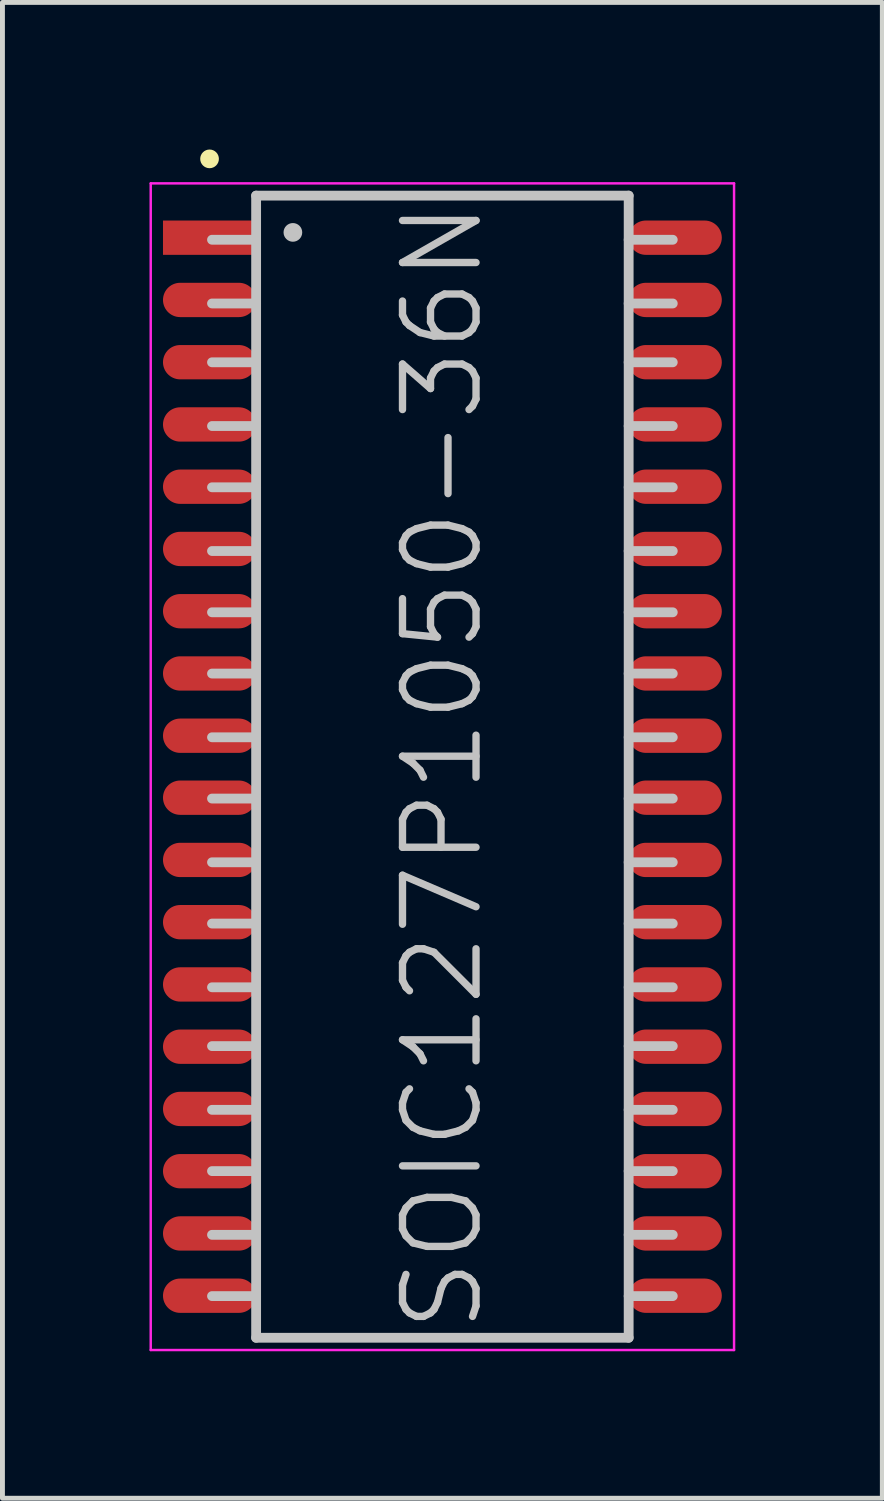
<source format=kicad_pcb>
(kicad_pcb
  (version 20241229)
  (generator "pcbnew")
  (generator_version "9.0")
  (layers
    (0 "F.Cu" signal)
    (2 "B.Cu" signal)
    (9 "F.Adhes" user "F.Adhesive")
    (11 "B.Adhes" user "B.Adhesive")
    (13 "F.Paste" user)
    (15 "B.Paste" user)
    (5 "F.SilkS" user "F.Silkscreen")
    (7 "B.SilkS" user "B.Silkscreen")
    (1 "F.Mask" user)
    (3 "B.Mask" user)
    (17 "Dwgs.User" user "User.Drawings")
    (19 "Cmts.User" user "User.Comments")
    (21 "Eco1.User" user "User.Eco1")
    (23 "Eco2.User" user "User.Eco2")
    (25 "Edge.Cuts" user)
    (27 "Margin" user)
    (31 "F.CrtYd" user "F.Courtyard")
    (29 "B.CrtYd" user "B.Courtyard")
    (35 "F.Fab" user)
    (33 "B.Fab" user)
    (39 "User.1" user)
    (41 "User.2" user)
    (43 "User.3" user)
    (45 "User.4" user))
  (footprint "SOIC127P1050-36N"
    (layer "F.Cu")
    (at 5.975 12.591)
    (property "Reference" "SOIC127P1050-36N" (at 0 0 90) (layer "Dwgs.User") (effects (font (size 1.5 1.5) (thickness 0.15))))
    (attr smd)
    (fp_line (start -4.75 -12.4) (end -4.75 -12.4) (stroke (width 0.381) (type solid)) (layer "F.SilkS"))
    (fp_line (start -3.8 -11.65) (end -3.8 11.65) (stroke (width 0.2) (type solid)) (layer "Dwgs.User"))
    (fp_line (start -3.8 -11.65) (end 3.8 -11.65) (stroke (width 0.2) (type solid)) (layer "Dwgs.User"))
    (fp_line (start -3.8 -10.75) (end -4.7 -10.75) (stroke (width 0.2) (type solid)) (layer "Dwgs.User"))
    (fp_line (start -3.8 -9.45) (end -4.7 -9.45) (stroke (width 0.2) (type solid)) (layer "Dwgs.User"))
    (fp_line (start -3.8 -8.25) (end -4.7 -8.25) (stroke (width 0.2) (type solid)) (layer "Dwgs.User"))
    (fp_line (start -3.8 -6.95) (end -4.7 -6.95) (stroke (width 0.2) (type solid)) (layer "Dwgs.User"))
    (fp_line (start -3.8 -5.7) (end -4.7 -5.7) (stroke (width 0.2) (type solid)) (layer "Dwgs.User"))
    (fp_line (start -3.8 -4.4) (end -4.7 -4.4) (stroke (width 0.2) (type solid)) (layer "Dwgs.User"))
    (fp_line (start -3.8 -3.15) (end -4.7 -3.15) (stroke (width 0.2) (type solid)) (layer "Dwgs.User"))
    (fp_line (start -3.8 -1.9) (end -4.7 -1.9) (stroke (width 0.2) (type solid)) (layer "Dwgs.User"))
    (fp_line (start -3.8 -0.6) (end -4.7 -0.6) (stroke (width 0.2) (type solid)) (layer "Dwgs.User"))
    (fp_line (start -3.8 0.65) (end -4.7 0.65) (stroke (width 0.2) (type solid)) (layer "Dwgs.User"))
    (fp_line (start -3.8 1.95) (end -4.7 1.95) (stroke (width 0.2) (type solid)) (layer "Dwgs.User"))
    (fp_line (start -3.8 3.2) (end -4.7 3.2) (stroke (width 0.2) (type solid)) (layer "Dwgs.User"))
    (fp_line (start -3.8 4.5) (end -4.7 4.5) (stroke (width 0.2) (type solid)) (layer "Dwgs.User"))
    (fp_line (start -3.8 5.7) (end -4.7 5.7) (stroke (width 0.2) (type solid)) (layer "Dwgs.User"))
    (fp_line (start -3.8 7) (end -4.7 7) (stroke (width 0.2) (type solid)) (layer "Dwgs.User"))
    (fp_line (start -3.8 8.25) (end -4.7 8.25) (stroke (width 0.2) (type solid)) (layer "Dwgs.User"))
    (fp_line (start -3.8 9.55) (end -4.7 9.55) (stroke (width 0.2) (type solid)) (layer "Dwgs.User"))
    (fp_line (start -3.8 10.8) (end -4.7 10.8) (stroke (width 0.2) (type solid)) (layer "Dwgs.User"))
    (fp_line (start -3.8 11.65) (end 3.8 11.65) (stroke (width 0.2) (type solid)) (layer "Dwgs.User"))
    (fp_line (start -3.05 -10.9) (end -3.05 -10.9) (stroke (width 0.381) (type solid)) (layer "Dwgs.User"))
    (fp_line (start 3.8 -11.65) (end 3.8 11.65) (stroke (width 0.2) (type solid)) (layer "Dwgs.User"))
    (fp_line (start 4.7 -10.75) (end 3.8 -10.75) (stroke (width 0.2) (type solid)) (layer "Dwgs.User"))
    (fp_line (start 4.7 -9.45) (end 3.8 -9.45) (stroke (width 0.2) (type solid)) (layer "Dwgs.User"))
    (fp_line (start 4.7 -8.25) (end 3.8 -8.25) (stroke (width 0.2) (type solid)) (layer "Dwgs.User"))
    (fp_line (start 4.7 -6.95) (end 3.8 -6.95) (stroke (width 0.2) (type solid)) (layer "Dwgs.User"))
    (fp_line (start 4.7 -5.7) (end 3.8 -5.7) (stroke (width 0.2) (type solid)) (layer "Dwgs.User"))
    (fp_line (start 4.7 -4.4) (end 3.8 -4.4) (stroke (width 0.2) (type solid)) (layer "Dwgs.User"))
    (fp_line (start 4.7 -3.15) (end 3.8 -3.15) (stroke (width 0.2) (type solid)) (layer "Dwgs.User"))
    (fp_line (start 4.7 -1.9) (end 3.8 -1.9) (stroke (width 0.2) (type solid)) (layer "Dwgs.User"))
    (fp_line (start 4.7 -0.6) (end 3.8 -0.6) (stroke (width 0.2) (type solid)) (layer "Dwgs.User"))
    (fp_line (start 4.7 0.65) (end 3.8 0.65) (stroke (width 0.2) (type solid)) (layer "Dwgs.User"))
    (fp_line (start 4.7 1.95) (end 3.8 1.95) (stroke (width 0.2) (type solid)) (layer "Dwgs.User"))
    (fp_line (start 4.7 3.2) (end 3.8 3.2) (stroke (width 0.2) (type solid)) (layer "Dwgs.User"))
    (fp_line (start 4.7 4.5) (end 3.8 4.5) (stroke (width 0.2) (type solid)) (layer "Dwgs.User"))
    (fp_line (start 4.7 5.7) (end 3.8 5.7) (stroke (width 0.2) (type solid)) (layer "Dwgs.User"))
    (fp_line (start 4.7 7) (end 3.8 7) (stroke (width 0.2) (type solid)) (layer "Dwgs.User"))
    (fp_line (start 4.7 8.25) (end 3.8 8.25) (stroke (width 0.2) (type solid)) (layer "Dwgs.User"))
    (fp_line (start 4.7 9.55) (end 3.8 9.55) (stroke (width 0.2) (type solid)) (layer "Dwgs.User"))
    (fp_line (start 4.7 10.8) (end 3.8 10.8) (stroke (width 0.2) (type solid)) (layer "Dwgs.User"))
    (fp_line (start -5.95 -11.9) (end -5.95 11.9) (stroke (width 0.05) (type solid)) (layer "F.CrtYd"))
    (fp_line (start -5.95 -11.9) (end 5.95 -11.9) (stroke (width 0.05) (type solid)) (layer "F.CrtYd"))
    (fp_line (start -5.95 11.9) (end 5.95 11.9) (stroke (width 0.05) (type solid)) (layer "F.CrtYd"))
    (fp_line (start 5.95 -11.9) (end 5.95 11.9) (stroke (width 0.05) (type solid)) (layer "F.CrtYd"))
    (pad "1" smd rect (at -4.75 -10.792 90) (size 0.7 1.9) (layers "F.Cu" "F.Mask" "F.Paste"))
    (pad "2" smd oval (at -4.75 -9.522 90) (size 0.7 1.9) (layers "F.Cu" "F.Mask" "F.Paste"))
    (pad "3" smd oval (at -4.75 -8.252 90) (size 0.7 1.9) (layers "F.Cu" "F.Mask" "F.Paste"))
    (pad "4" smd oval (at -4.75 -6.982 90) (size 0.7 1.9) (layers "F.Cu" "F.Mask" "F.Paste"))
    (pad "5" smd oval (at -4.75 -5.712 90) (size 0.7 1.9) (layers "F.Cu" "F.Mask" "F.Paste"))
    (pad "6" smd oval (at -4.75 -4.442 90) (size 0.7 1.9) (layers "F.Cu" "F.Mask" "F.Paste"))
    (pad "7" smd oval (at -4.75 -3.172 90) (size 0.7 1.9) (layers "F.Cu" "F.Mask" "F.Paste"))
    (pad "8" smd oval (at -4.75 -1.902 90) (size 0.7 1.9) (layers "F.Cu" "F.Mask" "F.Paste"))
    (pad "9" smd oval (at -4.75 -0.632 90) (size 0.7 1.9) (layers "F.Cu" "F.Mask" "F.Paste"))
    (pad "10" smd oval (at -4.75 0.632 90) (size 0.7 1.9) (layers "F.Cu" "F.Mask" "F.Paste"))
    (pad "11" smd oval (at -4.75 1.902 90) (size 0.7 1.9) (layers "F.Cu" "F.Mask" "F.Paste"))
    (pad "12" smd oval (at -4.75 3.172 90) (size 0.7 1.9) (layers "F.Cu" "F.Mask" "F.Paste"))
    (pad "13" smd oval (at -4.75 4.442 90) (size 0.7 1.9) (layers "F.Cu" "F.Mask" "F.Paste"))
    (pad "14" smd oval (at -4.75 5.712 90) (size 0.7 1.9) (layers "F.Cu" "F.Mask" "F.Paste"))
    (pad "15" smd oval (at -4.75 6.982 90) (size 0.7 1.9) (layers "F.Cu" "F.Mask" "F.Paste"))
    (pad "16" smd oval (at -4.75 8.252 90) (size 0.7 1.9) (layers "F.Cu" "F.Mask" "F.Paste"))
    (pad "17" smd oval (at -4.75 9.522 90) (size 0.7 1.9) (layers "F.Cu" "F.Mask" "F.Paste"))
    (pad "18" smd oval (at -4.75 10.792 90) (size 0.7 1.9) (layers "F.Cu" "F.Mask" "F.Paste"))
    (pad "19" smd oval (at 4.75 10.792 270) (size 0.7 1.9) (layers "F.Cu" "F.Mask" "F.Paste"))
    (pad "20" smd oval (at 4.75 9.522 270) (size 0.7 1.9) (layers "F.Cu" "F.Mask" "F.Paste"))
    (pad "21" smd oval (at 4.75 8.252 270) (size 0.7 1.9) (layers "F.Cu" "F.Mask" "F.Paste"))
    (pad "22" smd oval (at 4.75 6.982 270) (size 0.7 1.9) (layers "F.Cu" "F.Mask" "F.Paste"))
    (pad "23" smd oval (at 4.75 5.712 270) (size 0.7 1.9) (layers "F.Cu" "F.Mask" "F.Paste"))
    (pad "24" smd oval (at 4.75 4.442 270) (size 0.7 1.9) (layers "F.Cu" "F.Mask" "F.Paste"))
    (pad "25" smd oval (at 4.75 3.172 270) (size 0.7 1.9) (layers "F.Cu" "F.Mask" "F.Paste"))
    (pad "26" smd oval (at 4.75 1.902 270) (size 0.7 1.9) (layers "F.Cu" "F.Mask" "F.Paste"))
    (pad "27" smd oval (at 4.75 0.632 270) (size 0.7 1.9) (layers "F.Cu" "F.Mask" "F.Paste"))
    (pad "28" smd oval (at 4.75 -0.632 270) (size 0.7 1.9) (layers "F.Cu" "F.Mask" "F.Paste"))
    (pad "29" smd oval (at 4.75 -1.902 270) (size 0.7 1.9) (layers "F.Cu" "F.Mask" "F.Paste"))
    (pad "30" smd oval (at 4.75 -3.172 270) (size 0.7 1.9) (layers "F.Cu" "F.Mask" "F.Paste"))
    (pad "31" smd oval (at 4.75 -4.442 270) (size 0.7 1.9) (layers "F.Cu" "F.Mask" "F.Paste"))
    (pad "32" smd oval (at 4.75 -5.712 270) (size 0.7 1.9) (layers "F.Cu" "F.Mask" "F.Paste"))
    (pad "33" smd oval (at 4.75 -6.982 270) (size 0.7 1.9) (layers "F.Cu" "F.Mask" "F.Paste"))
    (pad "34" smd oval (at 4.75 -8.252 270) (size 0.7 1.9) (layers "F.Cu" "F.Mask" "F.Paste"))
    (pad "35" smd oval (at 4.75 -9.522 270) (size 0.7 1.9) (layers "F.Cu" "F.Mask" "F.Paste"))
    (pad "36" smd oval (at 4.75 -10.792 270) (size 0.7 1.9) (layers "F.Cu" "F.Mask" "F.Paste")))
  (gr_rect
    (start -3 -3)
    (end 14.95 27.515)
    (stroke (width 0.1) (type default))
    (fill no)
    (layer "Edge.Cuts")))
</source>
